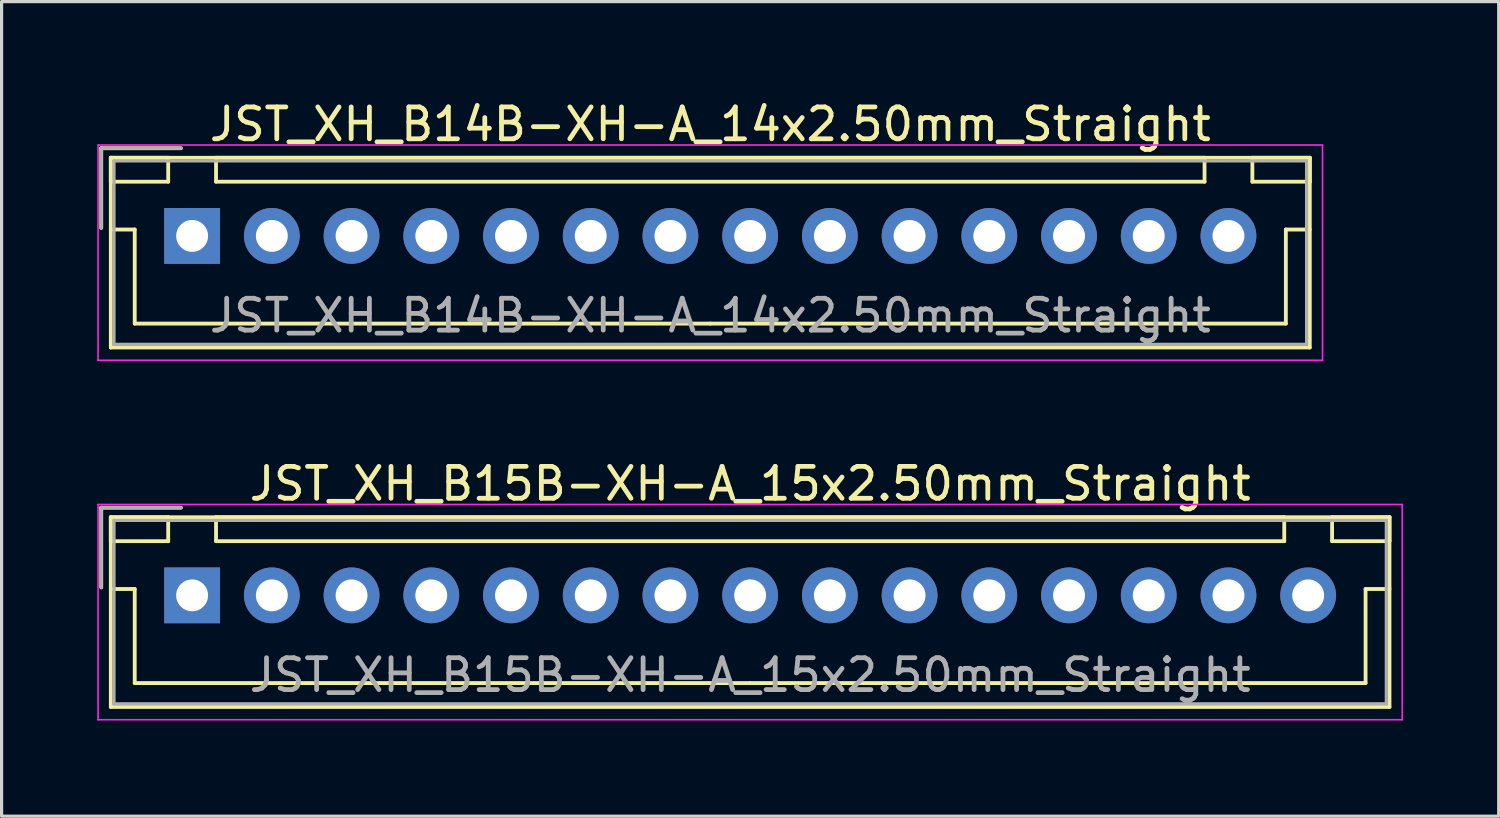
<source format=kicad_pcb>
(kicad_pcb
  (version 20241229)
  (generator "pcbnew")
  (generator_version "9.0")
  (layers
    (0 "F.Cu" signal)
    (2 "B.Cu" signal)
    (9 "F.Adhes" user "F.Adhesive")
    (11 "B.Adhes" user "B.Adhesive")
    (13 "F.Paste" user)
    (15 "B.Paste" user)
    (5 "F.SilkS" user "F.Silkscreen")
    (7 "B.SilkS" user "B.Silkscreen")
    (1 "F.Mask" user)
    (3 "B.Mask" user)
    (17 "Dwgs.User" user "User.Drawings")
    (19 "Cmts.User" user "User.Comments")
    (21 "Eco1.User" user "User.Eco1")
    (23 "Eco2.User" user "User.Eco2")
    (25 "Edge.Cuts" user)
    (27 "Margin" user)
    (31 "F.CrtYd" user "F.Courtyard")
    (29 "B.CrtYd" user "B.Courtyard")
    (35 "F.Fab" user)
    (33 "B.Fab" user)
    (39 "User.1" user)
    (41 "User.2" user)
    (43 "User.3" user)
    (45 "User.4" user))
  (footprint "JST_XH_B14B-XH-A_14x2.50mm_Straight"
    (layer "F.Cu")
    (at 2.975 4.348)
    (property "Reference" "JST_XH_B14B-XH-A_14x2.50mm_Straight" (at 16.25 -3.5 0) (layer "F.SilkS") (effects (font (size 1 1) (thickness 0.15))))
    (attr through_hole)
    (fp_line (start -2.85 -2.75) (end -2.85 -0.25) (stroke (width 0.12) (type solid)) (layer "F.SilkS"))
    (fp_line (start -2.55 -2.45) (end -2.55 -1.7) (stroke (width 0.12) (type solid)) (layer "F.SilkS"))
    (fp_line (start -2.55 -2.45) (end -2.55 3.5) (stroke (width 0.12) (type solid)) (layer "F.SilkS"))
    (fp_line (start -2.55 -1.7) (end -0.75 -1.7) (stroke (width 0.12) (type solid)) (layer "F.SilkS"))
    (fp_line (start -2.55 -0.2) (end -1.8 -0.2) (stroke (width 0.12) (type solid)) (layer "F.SilkS"))
    (fp_line (start -2.55 3.5) (end 35.05 3.5) (stroke (width 0.12) (type solid)) (layer "F.SilkS"))
    (fp_line (start -1.8 -0.2) (end -1.8 2.75) (stroke (width 0.12) (type solid)) (layer "F.SilkS"))
    (fp_line (start -1.8 2.75) (end 16.25 2.75) (stroke (width 0.12) (type solid)) (layer "F.SilkS"))
    (fp_line (start -0.75 -2.45) (end -2.55 -2.45) (stroke (width 0.12) (type solid)) (layer "F.SilkS"))
    (fp_line (start -0.75 -1.7) (end -0.75 -2.45) (stroke (width 0.12) (type solid)) (layer "F.SilkS"))
    (fp_line (start -0.35 -2.75) (end -2.85 -2.75) (stroke (width 0.12) (type solid)) (layer "F.SilkS"))
    (fp_line (start 0.75 -2.45) (end 0.75 -1.7) (stroke (width 0.12) (type solid)) (layer "F.SilkS"))
    (fp_line (start 0.75 -1.7) (end 31.75 -1.7) (stroke (width 0.12) (type solid)) (layer "F.SilkS"))
    (fp_line (start 31.75 -2.45) (end 0.75 -2.45) (stroke (width 0.12) (type solid)) (layer "F.SilkS"))
    (fp_line (start 31.75 -1.7) (end 31.75 -2.45) (stroke (width 0.12) (type solid)) (layer "F.SilkS"))
    (fp_line (start 33.25 -2.45) (end 33.25 -1.7) (stroke (width 0.12) (type solid)) (layer "F.SilkS"))
    (fp_line (start 33.25 -1.7) (end 35.05 -1.7) (stroke (width 0.12) (type solid)) (layer "F.SilkS"))
    (fp_line (start 34.3 -0.2) (end 34.3 2.75) (stroke (width 0.12) (type solid)) (layer "F.SilkS"))
    (fp_line (start 34.3 2.75) (end 16.25 2.75) (stroke (width 0.12) (type solid)) (layer "F.SilkS"))
    (fp_line (start 35.05 -2.45) (end -2.55 -2.45) (stroke (width 0.12) (type solid)) (layer "F.SilkS"))
    (fp_line (start 35.05 -2.45) (end 33.25 -2.45) (stroke (width 0.12) (type solid)) (layer "F.SilkS"))
    (fp_line (start 35.05 -1.7) (end 35.05 -2.45) (stroke (width 0.12) (type solid)) (layer "F.SilkS"))
    (fp_line (start 35.05 -0.2) (end 34.3 -0.2) (stroke (width 0.12) (type solid)) (layer "F.SilkS"))
    (fp_line (start 35.05 3.5) (end 35.05 -2.45) (stroke (width 0.12) (type solid)) (layer "F.SilkS"))
    (fp_line (start -2.95 -2.85) (end -2.95 3.9) (stroke (width 0.05) (type solid)) (layer "F.CrtYd"))
    (fp_line (start -2.95 3.9) (end 35.45 3.9) (stroke (width 0.05) (type solid)) (layer "F.CrtYd"))
    (fp_line (start 35.45 -2.85) (end -2.95 -2.85) (stroke (width 0.05) (type solid)) (layer "F.CrtYd"))
    (fp_line (start 35.45 3.9) (end 35.45 -2.85) (stroke (width 0.05) (type solid)) (layer "F.CrtYd"))
    (fp_line (start -2.85 -2.75) (end -2.85 -0.25) (stroke (width 0.1) (type solid)) (layer "F.Fab"))
    (fp_line (start -2.45 -2.35) (end -2.45 3.4) (stroke (width 0.1) (type solid)) (layer "F.Fab"))
    (fp_line (start -2.45 3.4) (end 34.95 3.4) (stroke (width 0.1) (type solid)) (layer "F.Fab"))
    (fp_line (start -0.35 -2.75) (end -2.85 -2.75) (stroke (width 0.1) (type solid)) (layer "F.Fab"))
    (fp_line (start 34.95 -2.35) (end -2.45 -2.35) (stroke (width 0.1) (type solid)) (layer "F.Fab"))
    (fp_line (start 34.95 3.4) (end 34.95 -2.35) (stroke (width 0.1) (type solid)) (layer "F.Fab"))
    (fp_text user "${REFERENCE}" (at 16.25 2.5 0) (layer "F.Fab") (effects (font (size 1 1) (thickness 0.15))))
    (pad "1" thru_hole rect (at 0 0) (size 1.75 1.75) (drill 1) (layers "*.Cu" "*.Mask"))
    (pad "2" thru_hole circle (at 2.5 0) (size 1.75 1.75) (drill 1) (layers "*.Cu" "*.Mask"))
    (pad "3" thru_hole circle (at 5 0) (size 1.75 1.75) (drill 1) (layers "*.Cu" "*.Mask"))
    (pad "4" thru_hole circle (at 7.5 0) (size 1.75 1.75) (drill 1) (layers "*.Cu" "*.Mask"))
    (pad "5" thru_hole circle (at 10 0) (size 1.75 1.75) (drill 1) (layers "*.Cu" "*.Mask"))
    (pad "6" thru_hole circle (at 12.5 0) (size 1.75 1.75) (drill 1) (layers "*.Cu" "*.Mask"))
    (pad "7" thru_hole circle (at 15 0) (size 1.75 1.75) (drill 1) (layers "*.Cu" "*.Mask"))
    (pad "8" thru_hole circle (at 17.5 0) (size 1.75 1.75) (drill 1) (layers "*.Cu" "*.Mask"))
    (pad "9" thru_hole circle (at 20 0) (size 1.75 1.75) (drill 1) (layers "*.Cu" "*.Mask"))
    (pad "10" thru_hole circle (at 22.5 0) (size 1.75 1.75) (drill 1) (layers "*.Cu" "*.Mask"))
    (pad "11" thru_hole circle (at 25 0) (size 1.75 1.75) (drill 1) (layers "*.Cu" "*.Mask"))
    (pad "12" thru_hole circle (at 27.5 0) (size 1.75 1.75) (drill 1) (layers "*.Cu" "*.Mask"))
    (pad "13" thru_hole circle (at 30 0) (size 1.75 1.75) (drill 1) (layers "*.Cu" "*.Mask"))
    (pad "14" thru_hole circle (at 32.5 0) (size 1.75 1.75) (drill 1) (layers "*.Cu" "*.Mask")))
  (footprint "JST_XH_B15B-XH-A_15x2.50mm_Straight"
    (layer "F.Cu")
    (at 2.975 15.621)
    (property "Reference" "JST_XH_B15B-XH-A_15x2.50mm_Straight" (at 17.5 -3.5 0) (layer "F.SilkS") (effects (font (size 1 1) (thickness 0.15))))
    (attr through_hole)
    (fp_line (start -2.85 -2.75) (end -2.85 -0.25) (stroke (width 0.12) (type solid)) (layer "F.SilkS"))
    (fp_line (start -2.55 -2.45) (end -2.55 -1.7) (stroke (width 0.12) (type solid)) (layer "F.SilkS"))
    (fp_line (start -2.55 -2.45) (end -2.55 3.5) (stroke (width 0.12) (type solid)) (layer "F.SilkS"))
    (fp_line (start -2.55 -1.7) (end -0.75 -1.7) (stroke (width 0.12) (type solid)) (layer "F.SilkS"))
    (fp_line (start -2.55 -0.2) (end -1.8 -0.2) (stroke (width 0.12) (type solid)) (layer "F.SilkS"))
    (fp_line (start -2.55 3.5) (end 37.55 3.5) (stroke (width 0.12) (type solid)) (layer "F.SilkS"))
    (fp_line (start -1.8 -0.2) (end -1.8 2.75) (stroke (width 0.12) (type solid)) (layer "F.SilkS"))
    (fp_line (start -1.8 2.75) (end 17.5 2.75) (stroke (width 0.12) (type solid)) (layer "F.SilkS"))
    (fp_line (start -0.75 -2.45) (end -2.55 -2.45) (stroke (width 0.12) (type solid)) (layer "F.SilkS"))
    (fp_line (start -0.75 -1.7) (end -0.75 -2.45) (stroke (width 0.12) (type solid)) (layer "F.SilkS"))
    (fp_line (start -0.35 -2.75) (end -2.85 -2.75) (stroke (width 0.12) (type solid)) (layer "F.SilkS"))
    (fp_line (start 0.75 -2.45) (end 0.75 -1.7) (stroke (width 0.12) (type solid)) (layer "F.SilkS"))
    (fp_line (start 0.75 -1.7) (end 34.25 -1.7) (stroke (width 0.12) (type solid)) (layer "F.SilkS"))
    (fp_line (start 34.25 -2.45) (end 0.75 -2.45) (stroke (width 0.12) (type solid)) (layer "F.SilkS"))
    (fp_line (start 34.25 -1.7) (end 34.25 -2.45) (stroke (width 0.12) (type solid)) (layer "F.SilkS"))
    (fp_line (start 35.75 -2.45) (end 35.75 -1.7) (stroke (width 0.12) (type solid)) (layer "F.SilkS"))
    (fp_line (start 35.75 -1.7) (end 37.55 -1.7) (stroke (width 0.12) (type solid)) (layer "F.SilkS"))
    (fp_line (start 36.8 -0.2) (end 36.8 2.75) (stroke (width 0.12) (type solid)) (layer "F.SilkS"))
    (fp_line (start 36.8 2.75) (end 17.5 2.75) (stroke (width 0.12) (type solid)) (layer "F.SilkS"))
    (fp_line (start 37.55 -2.45) (end -2.55 -2.45) (stroke (width 0.12) (type solid)) (layer "F.SilkS"))
    (fp_line (start 37.55 -2.45) (end 35.75 -2.45) (stroke (width 0.12) (type solid)) (layer "F.SilkS"))
    (fp_line (start 37.55 -1.7) (end 37.55 -2.45) (stroke (width 0.12) (type solid)) (layer "F.SilkS"))
    (fp_line (start 37.55 -0.2) (end 36.8 -0.2) (stroke (width 0.12) (type solid)) (layer "F.SilkS"))
    (fp_line (start 37.55 3.5) (end 37.55 -2.45) (stroke (width 0.12) (type solid)) (layer "F.SilkS"))
    (fp_line (start -2.95 -2.85) (end -2.95 3.9) (stroke (width 0.05) (type solid)) (layer "F.CrtYd"))
    (fp_line (start -2.95 3.9) (end 37.95 3.9) (stroke (width 0.05) (type solid)) (layer "F.CrtYd"))
    (fp_line (start 37.95 -2.85) (end -2.95 -2.85) (stroke (width 0.05) (type solid)) (layer "F.CrtYd"))
    (fp_line (start 37.95 3.9) (end 37.95 -2.85) (stroke (width 0.05) (type solid)) (layer "F.CrtYd"))
    (fp_line (start -2.85 -2.75) (end -2.85 -0.25) (stroke (width 0.1) (type solid)) (layer "F.Fab"))
    (fp_line (start -2.45 -2.35) (end -2.45 3.4) (stroke (width 0.1) (type solid)) (layer "F.Fab"))
    (fp_line (start -2.45 3.4) (end 37.45 3.4) (stroke (width 0.1) (type solid)) (layer "F.Fab"))
    (fp_line (start -0.35 -2.75) (end -2.85 -2.75) (stroke (width 0.1) (type solid)) (layer "F.Fab"))
    (fp_line (start 37.45 -2.35) (end -2.45 -2.35) (stroke (width 0.1) (type solid)) (layer "F.Fab"))
    (fp_line (start 37.45 3.4) (end 37.45 -2.35) (stroke (width 0.1) (type solid)) (layer "F.Fab"))
    (fp_text user "${REFERENCE}" (at 17.5 2.5 0) (layer "F.Fab") (effects (font (size 1 1) (thickness 0.15))))
    (pad "1" thru_hole rect (at 0 0) (size 1.75 1.75) (drill 1) (layers "*.Cu" "*.Mask"))
    (pad "2" thru_hole circle (at 2.5 0) (size 1.75 1.75) (drill 1) (layers "*.Cu" "*.Mask"))
    (pad "3" thru_hole circle (at 5 0) (size 1.75 1.75) (drill 1) (layers "*.Cu" "*.Mask"))
    (pad "4" thru_hole circle (at 7.5 0) (size 1.75 1.75) (drill 1) (layers "*.Cu" "*.Mask"))
    (pad "5" thru_hole circle (at 10 0) (size 1.75 1.75) (drill 1) (layers "*.Cu" "*.Mask"))
    (pad "6" thru_hole circle (at 12.5 0) (size 1.75 1.75) (drill 1) (layers "*.Cu" "*.Mask"))
    (pad "7" thru_hole circle (at 15 0) (size 1.75 1.75) (drill 1) (layers "*.Cu" "*.Mask"))
    (pad "8" thru_hole circle (at 17.5 0) (size 1.75 1.75) (drill 1) (layers "*.Cu" "*.Mask"))
    (pad "9" thru_hole circle (at 20 0) (size 1.75 1.75) (drill 1) (layers "*.Cu" "*.Mask"))
    (pad "10" thru_hole circle (at 22.5 0) (size 1.75 1.75) (drill 1) (layers "*.Cu" "*.Mask"))
    (pad "11" thru_hole circle (at 25 0) (size 1.75 1.75) (drill 1) (layers "*.Cu" "*.Mask"))
    (pad "12" thru_hole circle (at 27.5 0) (size 1.75 1.75) (drill 1) (layers "*.Cu" "*.Mask"))
    (pad "13" thru_hole circle (at 30 0) (size 1.75 1.75) (drill 1) (layers "*.Cu" "*.Mask"))
    (pad "14" thru_hole circle (at 32.5 0) (size 1.75 1.75) (drill 1) (layers "*.Cu" "*.Mask"))
    (pad "15" thru_hole circle (at 35 0) (size 1.75 1.75) (drill 1) (layers "*.Cu" "*.Mask")))
  (gr_rect
    (start -3 -3)
    (end 43.95 22.547)
    (stroke (width 0.1) (type default))
    (fill no)
    (layer "Edge.Cuts")))
</source>
